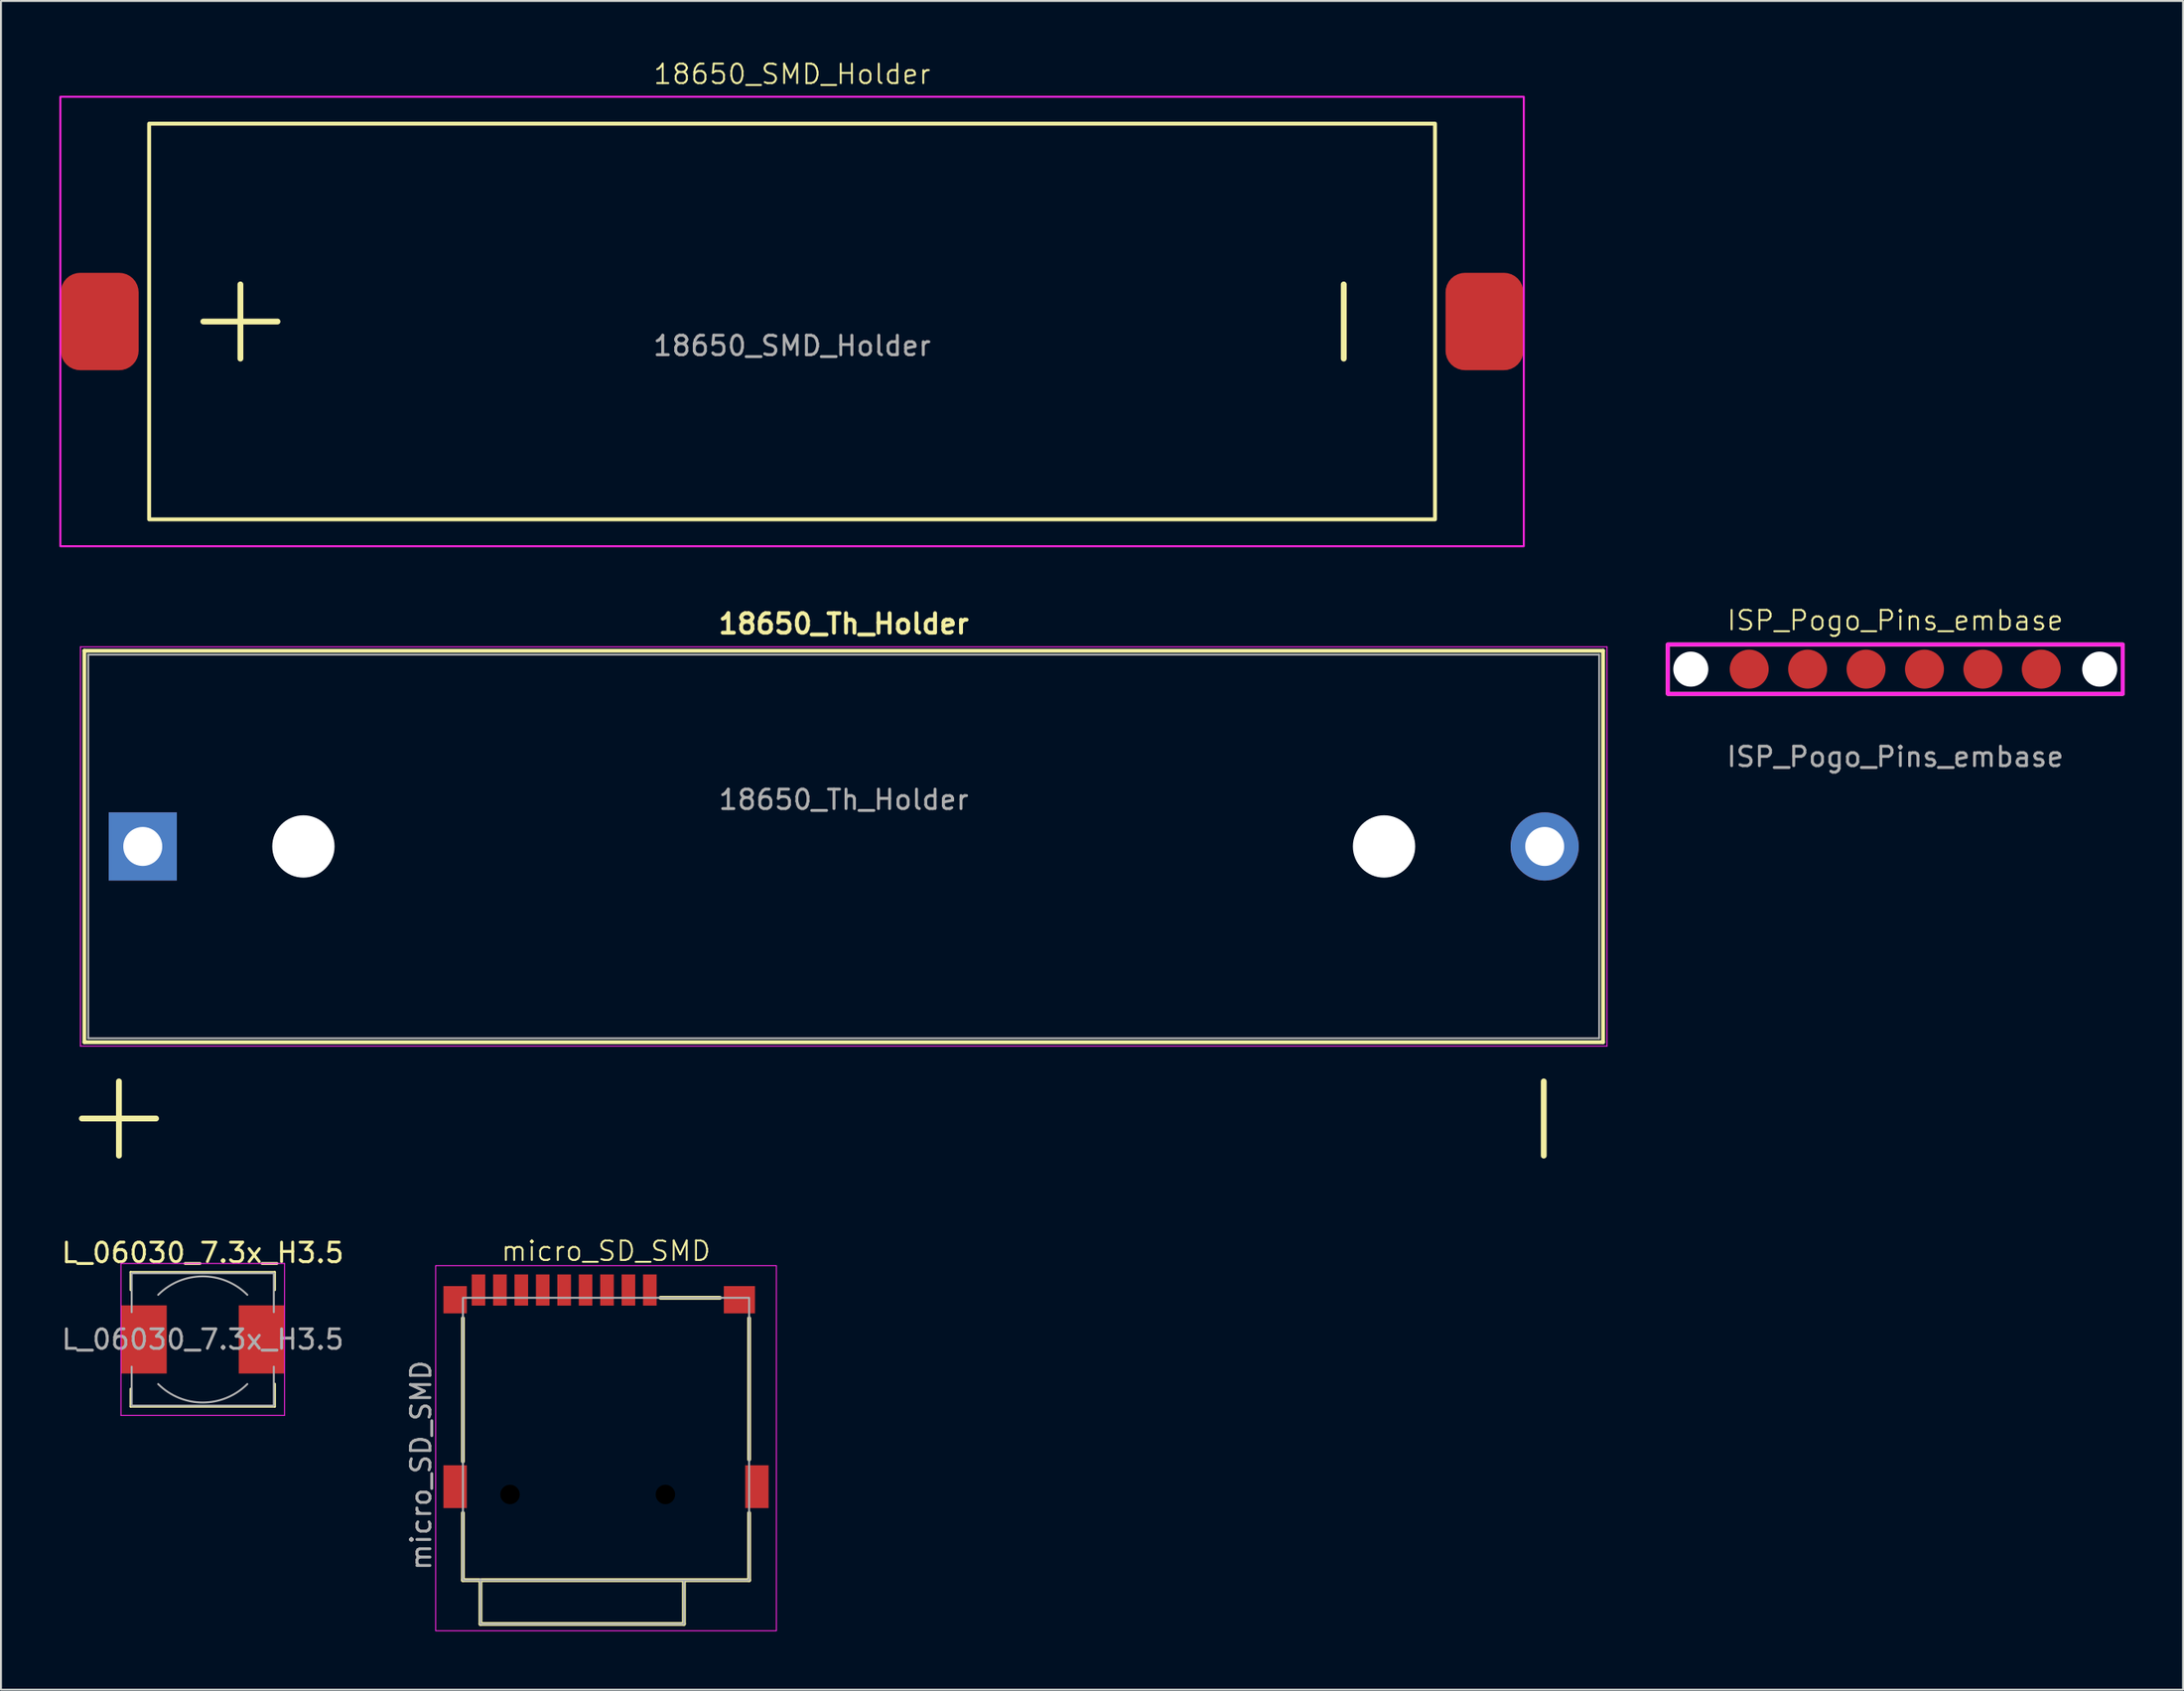
<source format=kicad_pcb>
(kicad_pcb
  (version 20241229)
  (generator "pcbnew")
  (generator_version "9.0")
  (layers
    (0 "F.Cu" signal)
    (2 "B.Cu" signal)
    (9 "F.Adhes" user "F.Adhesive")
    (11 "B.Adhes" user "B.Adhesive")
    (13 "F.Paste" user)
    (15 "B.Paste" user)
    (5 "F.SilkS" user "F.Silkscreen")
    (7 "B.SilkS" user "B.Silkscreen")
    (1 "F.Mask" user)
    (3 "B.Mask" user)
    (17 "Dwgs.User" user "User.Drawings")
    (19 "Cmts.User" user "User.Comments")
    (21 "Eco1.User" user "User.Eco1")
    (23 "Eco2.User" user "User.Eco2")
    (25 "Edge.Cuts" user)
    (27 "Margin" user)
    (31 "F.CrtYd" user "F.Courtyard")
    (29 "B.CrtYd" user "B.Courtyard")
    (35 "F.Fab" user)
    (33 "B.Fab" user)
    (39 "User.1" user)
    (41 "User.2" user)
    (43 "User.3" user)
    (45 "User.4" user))
  (footprint "L_06030_7.3x_H3.5"
    (layer "F.Cu")
    (at 7.363 65.73)
    (property "Reference" "L_06030_7.3x_H3.5" (at 0 -4.45 0) (layer "F.SilkS") (effects (font (size 1 1) (thickness 0.15))))
    (attr smd)
    (fp_line (start -3.701 3.443) (end -3.7 2.54) (stroke (width 0.12) (type solid)) (layer "F.SilkS"))
    (fp_line (start -3.701 -3.454) (end 3.699 -3.454) (stroke (width 0.12) (type solid)) (layer "F.SilkS"))
    (fp_line (start -3.7 -2.54) (end -3.701 -3.454) (stroke (width 0.12) (type solid)) (layer "F.SilkS"))
    (fp_line (start 3.699 2.283) (end 3.699 3.443) (stroke (width 0.12) (type solid)) (layer "F.SilkS"))
    (fp_line (start 3.699 3.443) (end -3.701 3.443) (stroke (width 0.12) (type solid)) (layer "F.SilkS"))
    (fp_line (start 3.699 -3.454) (end 3.7 -2.54) (stroke (width 0.12) (type solid)) (layer "F.SilkS"))
    (fp_line (start -4.2 -3.9) (end -4.2 3.9) (stroke (width 0.05) (type solid)) (layer "F.CrtYd"))
    (fp_line (start -4.2 3.9) (end 4.2 3.9) (stroke (width 0.05) (type solid)) (layer "F.CrtYd"))
    (fp_line (start 4.2 -3.9) (end -4.2 -3.9) (stroke (width 0.05) (type solid)) (layer "F.CrtYd"))
    (fp_line (start 4.2 3.9) (end 4.2 -3.9) (stroke (width 0.05) (type solid)) (layer "F.CrtYd"))
    (fp_line (start -3.65 -3.4) (end -3.65 -1.4) (stroke (width 0.1) (type solid)) (layer "F.Fab"))
    (fp_line (start -3.65 -3.4) (end 3.65 -3.4) (stroke (width 0.1) (type solid)) (layer "F.Fab"))
    (fp_line (start -3.65 3.4) (end -3.65 1.4) (stroke (width 0.1) (type solid)) (layer "F.Fab"))
    (fp_line (start 3.65 -3.4) (end 3.65 -1.4) (stroke (width 0.1) (type solid)) (layer "F.Fab"))
    (fp_line (start 3.65 3.4) (end -3.65 3.4) (stroke (width 0.1) (type solid)) (layer "F.Fab"))
    (fp_line (start 3.65 3.4) (end 3.65 1.4) (stroke (width 0.1) (type solid)) (layer "F.Fab"))
    (fp_arc (start -2.29 -2.29) (mid 0 -3.238549) (end 2.29 -2.29) (stroke (width 0.1) (type solid)) (layer "F.Fab"))
    (fp_arc (start 2.29 2.29) (mid 0 3.238549) (end -2.29 2.29) (stroke (width 0.1) (type solid)) (layer "F.Fab"))
    (fp_text user "${REFERENCE}" (at 0 0 0) (layer "F.Fab") (effects (font (size 1 1) (thickness 0.15))))
    (pad "1" smd rect (at -3.025 0) (size 2.35 3.5) (layers "F.Cu" "F.Mask" "F.Paste"))
    (pad "2" smd rect (at 3.025 0) (size 2.35 3.5) (layers "F.Cu" "F.Mask" "F.Paste")))
  (footprint "18650_Th_Holder"
    (layer "F.Cu")
    (at 40.282 40.416)
    (property "Reference" "18650_Th_Holder" (at 0 -11.43 0) (unlocked yes) (layer "F.SilkS") (effects (font (size 1 1) (thickness 0.2) (bold yes))))
    (attr through_hole exclude_from_pos_files)
    (fp_line (start -39 -10.05) (end 39 -10.05) (stroke (width 0.2) (type solid)) (layer "F.SilkS"))
    (fp_line (start -39 10.05) (end -39 -10.05) (stroke (width 0.2) (type solid)) (layer "F.SilkS"))
    (fp_line (start 39 -10.05) (end 39 10.05) (stroke (width 0.2) (type solid)) (layer "F.SilkS"))
    (fp_line (start 39 10.05) (end -39 10.05) (stroke (width 0.2) (type solid)) (layer "F.SilkS"))
    (fp_line (start -39.2 -10.25) (end 39.2 -10.25) (stroke (width 0.05) (type solid)) (layer "F.CrtYd"))
    (fp_line (start -39.2 10.25) (end -39.2 -10.25) (stroke (width 0.05) (type solid)) (layer "F.CrtYd"))
    (fp_line (start 39.2 -10.25) (end 39.2 10.25) (stroke (width 0.05) (type solid)) (layer "F.CrtYd"))
    (fp_line (start 39.2 10.25) (end -39.2 10.25) (stroke (width 0.05) (type solid)) (layer "F.CrtYd"))
    (fp_line (start -38.8 -9.85) (end 38.8 -9.85) (stroke (width 0.1) (type solid)) (layer "F.Fab"))
    (fp_line (start -38.8 9.85) (end -38.8 -9.85) (stroke (width 0.1) (type solid)) (layer "F.Fab"))
    (fp_line (start 38.8 -9.85) (end 38.8 9.85) (stroke (width 0.1) (type solid)) (layer "F.Fab"))
    (fp_line (start 38.8 9.85) (end -38.8 9.85) (stroke (width 0.1) (type solid)) (layer "F.Fab"))
    (fp_text user "+" (at -36.83 13.97 270) (unlocked yes) (layer "F.SilkS") (effects (font (size 5 5) (thickness 0.3))))
    (fp_text user "-" (at 35.56 13.97 90) (unlocked yes) (layer "F.SilkS") (effects (font (size 5 5) (thickness 0.3))))
    (fp_text user "${REFERENCE}" (at 0 -2.4 0) (layer "F.Fab") (effects (font (size 1 1) (thickness 0.15))))
    (pad "" np_thru_hole circle (at -27.75 0) (size 3.2 3.2) (drill 3.2) (layers "*.Cu" "*.Mask"))
    (pad "" np_thru_hole circle (at 27.75 0) (size 3.2 3.2) (drill 3.2) (layers "*.Cu" "*.Mask"))
    (pad "1" thru_hole rect (at -36 0) (size 3.5 3.5) (drill 2) (layers "*.Cu" "*.Mask"))
    (pad "2" thru_hole circle (at 36 0) (size 3.5 3.5) (drill 2) (layers "*.Cu" "*.Mask")))
  (footprint "ISP_Pogo_Pins_embase"
    (layer "F.Cu")
    (at 94.287 31.311)
    (property "Reference" "ISP_Pogo_Pins_embase" (at 0 -2.5 0) (unlocked yes) (layer "F.SilkS") (effects (font (size 1 1) (thickness 0.1))))
    (attr smd)
    (fp_rect (start -11.68 -1.27) (end 11.68 1.27) (stroke (width 0.2) (type default)) (fill no) (layer "F.SilkS"))
    (fp_rect (start -11.68 -1.27) (end 11.68 1.27) (stroke (width 0.2) (type default)) (fill no) (layer "F.CrtYd"))
    (fp_text user "${REFERENCE}" (at 0 4.5 0) (unlocked yes) (layer "F.Fab") (effects (font (size 1 1) (thickness 0.15))))
    (pad "" np_thru_hole circle (at -10.5 0) (size 1.8 1.8) (drill 1.8) (layers "*.Cu" "*.Mask"))
    (pad "" np_thru_hole circle (at 10.5 0) (size 1.8 1.8) (drill 1.8) (layers "*.Cu" "*.Mask"))
    (pad "1" smd circle (at -7.5 0) (size 2 2) (layers "F.Cu" "F.Mask" "F.Paste"))
    (pad "2" smd circle (at -4.5 0) (size 2 2) (layers "F.Cu" "F.Mask" "F.Paste"))
    (pad "3" smd circle (at -1.5 0) (size 2 2) (layers "F.Cu" "F.Mask" "F.Paste"))
    (pad "4" smd circle (at 1.5 0) (size 2 2) (layers "F.Cu" "F.Mask" "F.Paste"))
    (pad "5" smd circle (at 4.5 0) (size 2 2) (layers "F.Cu" "F.Mask" "F.Paste"))
    (pad "6" smd circle (at 7.5 0) (size 2 2) (layers "F.Cu" "F.Mask" "F.Paste")))
  (footprint "18650_SMD_Holder"
    (layer "F.Cu")
    (at 37.63 13.46)
    (property "Reference" "18650_SMD_Holder" (at 0 -12.7 0) (unlocked yes) (layer "F.SilkS") (effects (font (size 1 1) (thickness 0.1))))
    (attr smd)
    (fp_rect (start -33.02 -10.16) (end 33.02 10.16) (stroke (width 0.2) (type default)) (fill no) (layer "F.SilkS"))
    (fp_rect (start -37.58 -11.54) (end 37.58 11.54) (stroke (width 0.1) (type default)) (fill no) (layer "F.CrtYd"))
    (fp_text user "+" (at -27.94 0 270) (unlocked yes) (layer "F.SilkS") (effects (font (size 5 5) (thickness 0.3))))
    (fp_text user "-" (at 27.94 0 90) (unlocked yes) (layer "F.SilkS") (effects (font (size 5 5) (thickness 0.3))))
    (fp_text user "${REFERENCE}" (at 0 1.25 0) (unlocked yes) (layer "F.Fab") (effects (font (size 1 1) (thickness 0.15))))
    (pad "+" smd roundrect (at -35.56 0 90) (size 5 4) (layers "F.Cu" "F.Mask" "F.Paste") (roundrect_rratio 0.25))
    (pad "-" smd roundrect (at 35.56 0 90) (size 5 4) (layers "F.Cu" "F.Mask" "F.Paste") (roundrect_rratio 0.25)))
  (footprint "micro_SD_SMD"
    (layer "F.Cu")
    (at 28.074 73.692)
    (property "Reference" "micro_SD_SMD" (at 0 -12.5 0) (unlocked yes) (layer "F.SilkS") (effects (font (size 1 1) (thickness 0.1))))
    (attr smd)
    (fp_line (start -7.35 -1.7) (end -7.35 -9.05) (stroke (width 0.2) (type default)) (layer "F.SilkS"))
    (fp_line (start -7.35 4.4) (end -7.35 0.95) (stroke (width 0.2) (type default)) (layer "F.SilkS"))
    (fp_line (start -6.45 6.65) (end -6.45 4.4) (stroke (width 0.2) (type default)) (layer "F.SilkS"))
    (fp_line (start 4 4.4) (end 4 6.65) (stroke (width 0.2) (type default)) (layer "F.SilkS"))
    (fp_line (start 4 6.65) (end -6.45 6.65) (stroke (width 0.2) (type default)) (layer "F.SilkS"))
    (fp_line (start 5.85 -10.1) (end 2.8 -10.1) (stroke (width 0.2) (type default)) (layer "F.SilkS"))
    (fp_line (start 7.35 -9.05) (end 7.35 -1.8) (stroke (width 0.2) (type default)) (layer "F.SilkS"))
    (fp_line (start 7.35 0.95) (end 7.35 4.4) (stroke (width 0.2) (type default)) (layer "F.SilkS"))
    (fp_line (start 7.35 4.4) (end -7.35 4.4) (stroke (width 0.2) (type default)) (layer "F.SilkS"))
    (fp_rect (start -8.75 -11.75) (end 8.75 7) (stroke (width 0.05) (type default)) (fill no) (layer "F.CrtYd"))
    (fp_line (start -6.45 4.35) (end -6.45 6.65) (stroke (width 0.1) (type default)) (layer "F.Fab"))
    (fp_line (start -6.45 6.65) (end 4 6.65) (stroke (width 0.1) (type default)) (layer "F.Fab"))
    (fp_line (start 4 6.65) (end 4 4.45) (stroke (width 0.1) (type default)) (layer "F.Fab"))
    (fp_rect (start -7.35 -10.1) (end 7.35 4.4) (stroke (width 0.1) (type default)) (fill no) (layer "F.Fab"))
    (fp_text user "${REFERENCE}" (at -9.5 -1.5 90) (unlocked yes) (layer "F.Fab") (effects (font (size 1 1) (thickness 0.15))))
    (pad "" np_thru_hole circle (at -4.93 0) (size 1.1 1.1) (drill 1) (layers "*.Mask"))
    (pad "" np_thru_hole circle (at 3.05 0) (size 1.1 1.1) (drill 1) (layers "*.Mask"))
    (pad "1" smd rect (at 2.25 -10.5) (size 0.7 1.6) (layers "F.Cu" "F.Mask" "F.Paste"))
    (pad "2" smd rect (at 1.15 -10.5) (size 0.7 1.6) (layers "F.Cu" "F.Mask" "F.Paste"))
    (pad "3" smd rect (at 0.05 -10.5) (size 0.7 1.6) (layers "F.Cu" "F.Mask" "F.Paste"))
    (pad "4" smd rect (at -1.05 -10.5) (size 0.7 1.6) (layers "F.Cu" "F.Mask" "F.Paste"))
    (pad "5" smd rect (at -2.15 -10.5) (size 0.7 1.6) (layers "F.Cu" "F.Mask" "F.Paste"))
    (pad "6" smd rect (at -3.25 -10.5) (size 0.7 1.6) (layers "F.Cu" "F.Mask" "F.Paste"))
    (pad "7" smd rect (at -4.35 -10.5) (size 0.7 1.6) (layers "F.Cu" "F.Mask" "F.Paste"))
    (pad "8" smd rect (at -5.45 -10.5) (size 0.7 1.6) (layers "F.Cu" "F.Mask" "F.Paste"))
    (pad "9" smd rect (at -6.55 -10.5) (size 0.7 1.6) (layers "F.Cu" "F.Mask" "F.Paste"))
    (pad "10" smd rect (at -7.75 -10) (size 1.2 1.4) (layers "F.Cu" "F.Mask" "F.Paste"))
    (pad "11" smd rect (at -7.75 -0.4) (size 1.2 2.2) (layers "F.Cu" "F.Mask" "F.Paste"))
    (pad "12" smd rect (at 7.75 -0.4) (size 1.2 2.2) (layers "F.Cu" "F.Mask" "F.Paste"))
    (pad "13" smd rect (at 6.85 -10) (size 1.6 1.4) (layers "F.Cu" "F.Mask" "F.Paste")))
  (gr_rect
    (start -3 -3)
    (end 109.067 83.717)
    (stroke (width 0.1) (type default))
    (fill no)
    (layer "Edge.Cuts")))
</source>
